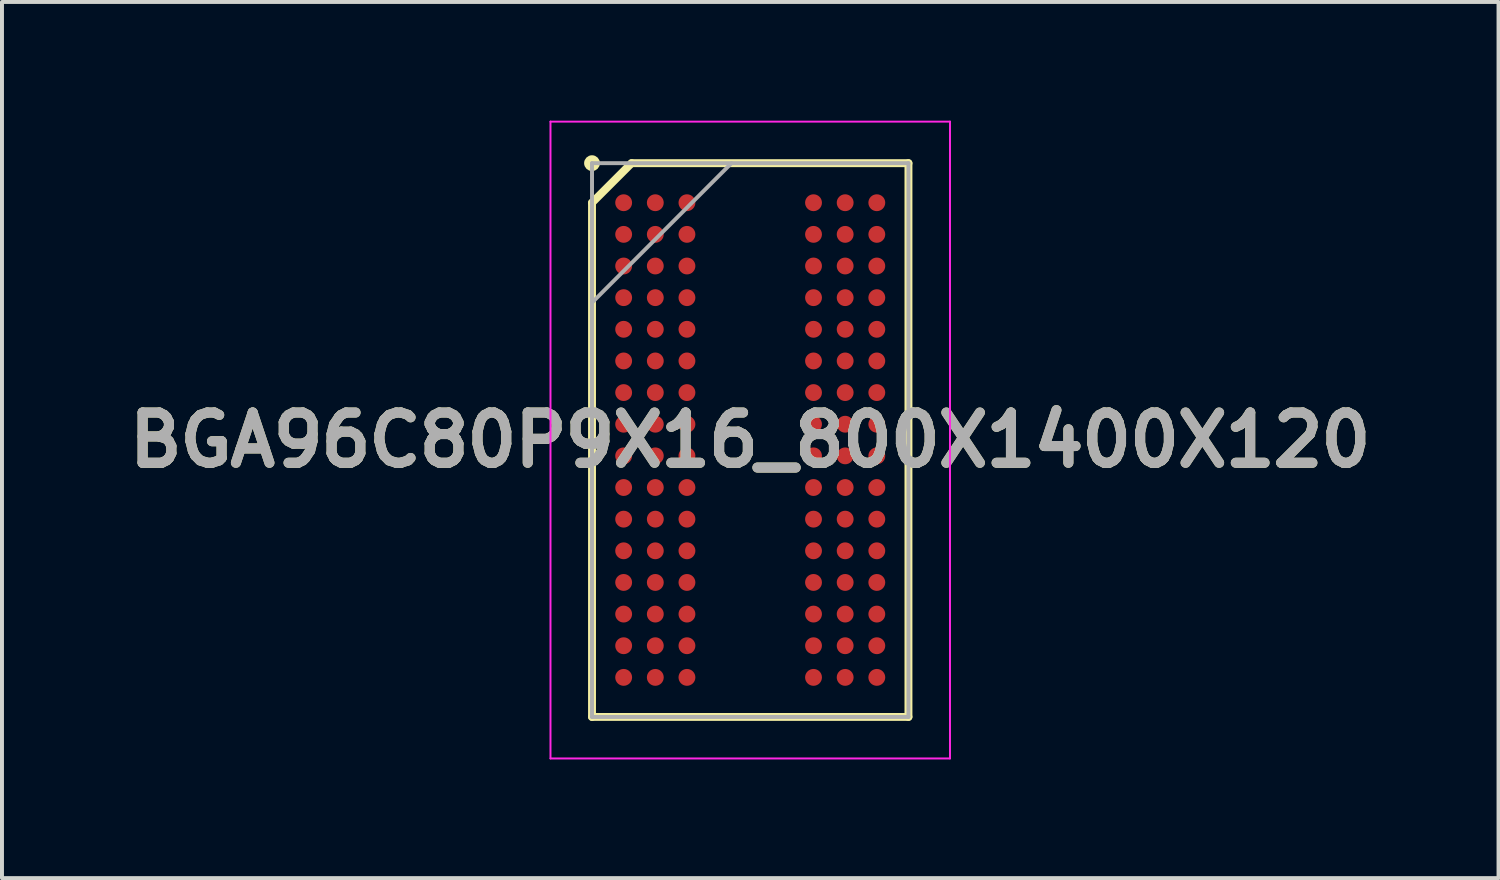
<source format=kicad_pcb>
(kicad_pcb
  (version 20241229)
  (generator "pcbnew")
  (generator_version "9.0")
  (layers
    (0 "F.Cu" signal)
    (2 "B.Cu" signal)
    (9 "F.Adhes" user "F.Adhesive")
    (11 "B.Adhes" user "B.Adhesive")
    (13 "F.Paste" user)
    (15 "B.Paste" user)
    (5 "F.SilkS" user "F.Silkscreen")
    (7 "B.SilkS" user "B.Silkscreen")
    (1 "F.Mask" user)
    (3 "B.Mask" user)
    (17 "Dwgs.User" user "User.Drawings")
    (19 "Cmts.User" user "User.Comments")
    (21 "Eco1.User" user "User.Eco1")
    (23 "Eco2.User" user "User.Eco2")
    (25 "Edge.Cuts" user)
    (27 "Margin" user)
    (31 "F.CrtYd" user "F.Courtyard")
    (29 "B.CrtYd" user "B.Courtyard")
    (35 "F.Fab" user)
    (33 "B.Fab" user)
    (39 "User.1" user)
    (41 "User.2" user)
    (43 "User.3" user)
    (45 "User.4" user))
  (footprint "BGA96C80P9X16_800X1400X120"
    (layer "F.Cu")
    (at 15.917 8.075)
    (property "Reference" "BGA96C80P9X16_800X1400X120" (at 0 0 0) (layer "F.SilkS") (effects (font (size 1.27 1.27) (thickness 0.254))))
    (attr smd)
    (fp_line (start -4 -6) (end -3 -7) (stroke (width 0.2) (type solid)) (layer "F.SilkS"))
    (fp_line (start -4 7) (end -4 -6) (stroke (width 0.2) (type solid)) (layer "F.SilkS"))
    (fp_line (start -3 -7) (end 4 -7) (stroke (width 0.2) (type solid)) (layer "F.SilkS"))
    (fp_line (start 4 -7) (end 4 7) (stroke (width 0.2) (type solid)) (layer "F.SilkS"))
    (fp_line (start 4 7) (end -4 7) (stroke (width 0.2) (type solid)) (layer "F.SilkS"))
    (fp_circle (center -4 -7) (end -4 -6.9) (stroke (width 0.2) (type solid)) (fill no) (layer "F.SilkS"))
    (fp_line (start -5.05 -8.05) (end 5.05 -8.05) (stroke (width 0.05) (type solid)) (layer "F.CrtYd"))
    (fp_line (start -5.05 8.05) (end -5.05 -8.05) (stroke (width 0.05) (type solid)) (layer "F.CrtYd"))
    (fp_line (start 5.05 -8.05) (end 5.05 8.05) (stroke (width 0.05) (type solid)) (layer "F.CrtYd"))
    (fp_line (start 5.05 8.05) (end -5.05 8.05) (stroke (width 0.05) (type solid)) (layer "F.CrtYd"))
    (fp_line (start -4 -7) (end 4 -7) (stroke (width 0.1) (type solid)) (layer "F.Fab"))
    (fp_line (start -4 -3.475) (end -0.475 -7) (stroke (width 0.1) (type solid)) (layer "F.Fab"))
    (fp_line (start -4 7) (end -4 -7) (stroke (width 0.1) (type solid)) (layer "F.Fab"))
    (fp_line (start 4 -7) (end 4 7) (stroke (width 0.1) (type solid)) (layer "F.Fab"))
    (fp_line (start 4 7) (end -4 7) (stroke (width 0.1) (type solid)) (layer "F.Fab"))
    (fp_text user "${REFERENCE}" (at 0 0 0) (layer "F.Fab") (effects (font (size 1.27 1.27) (thickness 0.254))))
    (pad "A1" smd circle (at -3.2 -6 90) (size 0.426 0.426) (layers "F.Cu" "F.Mask" "F.Paste"))
    (pad "A2" smd circle (at -2.4 -6 90) (size 0.426 0.426) (layers "F.Cu" "F.Mask" "F.Paste"))
    (pad "A3" smd circle (at -1.6 -6 90) (size 0.426 0.426) (layers "F.Cu" "F.Mask" "F.Paste"))
    (pad "A7" smd circle (at 1.6 -6 90) (size 0.426 0.426) (layers "F.Cu" "F.Mask" "F.Paste"))
    (pad "A8" smd circle (at 2.4 -6 90) (size 0.426 0.426) (layers "F.Cu" "F.Mask" "F.Paste"))
    (pad "A9" smd circle (at 3.2 -6 90) (size 0.426 0.426) (layers "F.Cu" "F.Mask" "F.Paste"))
    (pad "B1" smd circle (at -3.2 -5.2 90) (size 0.426 0.426) (layers "F.Cu" "F.Mask" "F.Paste"))
    (pad "B2" smd circle (at -2.4 -5.2 90) (size 0.426 0.426) (layers "F.Cu" "F.Mask" "F.Paste"))
    (pad "B3" smd circle (at -1.6 -5.2 90) (size 0.426 0.426) (layers "F.Cu" "F.Mask" "F.Paste"))
    (pad "B7" smd circle (at 1.6 -5.2 90) (size 0.426 0.426) (layers "F.Cu" "F.Mask" "F.Paste"))
    (pad "B8" smd circle (at 2.4 -5.2 90) (size 0.426 0.426) (layers "F.Cu" "F.Mask" "F.Paste"))
    (pad "B9" smd circle (at 3.2 -5.2 90) (size 0.426 0.426) (layers "F.Cu" "F.Mask" "F.Paste"))
    (pad "C1" smd circle (at -3.2 -4.4 90) (size 0.426 0.426) (layers "F.Cu" "F.Mask" "F.Paste"))
    (pad "C2" smd circle (at -2.4 -4.4 90) (size 0.426 0.426) (layers "F.Cu" "F.Mask" "F.Paste"))
    (pad "C3" smd circle (at -1.6 -4.4 90) (size 0.426 0.426) (layers "F.Cu" "F.Mask" "F.Paste"))
    (pad "C7" smd circle (at 1.6 -4.4 90) (size 0.426 0.426) (layers "F.Cu" "F.Mask" "F.Paste"))
    (pad "C8" smd circle (at 2.4 -4.4 90) (size 0.426 0.426) (layers "F.Cu" "F.Mask" "F.Paste"))
    (pad "C9" smd circle (at 3.2 -4.4 90) (size 0.426 0.426) (layers "F.Cu" "F.Mask" "F.Paste"))
    (pad "D1" smd circle (at -3.2 -3.6 90) (size 0.426 0.426) (layers "F.Cu" "F.Mask" "F.Paste"))
    (pad "D2" smd circle (at -2.4 -3.6 90) (size 0.426 0.426) (layers "F.Cu" "F.Mask" "F.Paste"))
    (pad "D3" smd circle (at -1.6 -3.6 90) (size 0.426 0.426) (layers "F.Cu" "F.Mask" "F.Paste"))
    (pad "D7" smd circle (at 1.6 -3.6 90) (size 0.426 0.426) (layers "F.Cu" "F.Mask" "F.Paste"))
    (pad "D8" smd circle (at 2.4 -3.6 90) (size 0.426 0.426) (layers "F.Cu" "F.Mask" "F.Paste"))
    (pad "D9" smd circle (at 3.2 -3.6 90) (size 0.426 0.426) (layers "F.Cu" "F.Mask" "F.Paste"))
    (pad "E1" smd circle (at -3.2 -2.8 90) (size 0.426 0.426) (layers "F.Cu" "F.Mask" "F.Paste"))
    (pad "E2" smd circle (at -2.4 -2.8 90) (size 0.426 0.426) (layers "F.Cu" "F.Mask" "F.Paste"))
    (pad "E3" smd circle (at -1.6 -2.8 90) (size 0.426 0.426) (layers "F.Cu" "F.Mask" "F.Paste"))
    (pad "E7" smd circle (at 1.6 -2.8 90) (size 0.426 0.426) (layers "F.Cu" "F.Mask" "F.Paste"))
    (pad "E8" smd circle (at 2.4 -2.8 90) (size 0.426 0.426) (layers "F.Cu" "F.Mask" "F.Paste"))
    (pad "E9" smd circle (at 3.2 -2.8 90) (size 0.426 0.426) (layers "F.Cu" "F.Mask" "F.Paste"))
    (pad "F1" smd circle (at -3.2 -2 90) (size 0.426 0.426) (layers "F.Cu" "F.Mask" "F.Paste"))
    (pad "F2" smd circle (at -2.4 -2 90) (size 0.426 0.426) (layers "F.Cu" "F.Mask" "F.Paste"))
    (pad "F3" smd circle (at -1.6 -2 90) (size 0.426 0.426) (layers "F.Cu" "F.Mask" "F.Paste"))
    (pad "F7" smd circle (at 1.6 -2 90) (size 0.426 0.426) (layers "F.Cu" "F.Mask" "F.Paste"))
    (pad "F8" smd circle (at 2.4 -2 90) (size 0.426 0.426) (layers "F.Cu" "F.Mask" "F.Paste"))
    (pad "F9" smd circle (at 3.2 -2 90) (size 0.426 0.426) (layers "F.Cu" "F.Mask" "F.Paste"))
    (pad "G1" smd circle (at -3.2 -1.2 90) (size 0.426 0.426) (layers "F.Cu" "F.Mask" "F.Paste"))
    (pad "G2" smd circle (at -2.4 -1.2 90) (size 0.426 0.426) (layers "F.Cu" "F.Mask" "F.Paste"))
    (pad "G3" smd circle (at -1.6 -1.2 90) (size 0.426 0.426) (layers "F.Cu" "F.Mask" "F.Paste"))
    (pad "G7" smd circle (at 1.6 -1.2 90) (size 0.426 0.426) (layers "F.Cu" "F.Mask" "F.Paste"))
    (pad "G8" smd circle (at 2.4 -1.2 90) (size 0.426 0.426) (layers "F.Cu" "F.Mask" "F.Paste"))
    (pad "G9" smd circle (at 3.2 -1.2 90) (size 0.426 0.426) (layers "F.Cu" "F.Mask" "F.Paste"))
    (pad "H1" smd circle (at -3.2 -0.4 90) (size 0.426 0.426) (layers "F.Cu" "F.Mask" "F.Paste"))
    (pad "H2" smd circle (at -2.4 -0.4 90) (size 0.426 0.426) (layers "F.Cu" "F.Mask" "F.Paste"))
    (pad "H3" smd circle (at -1.6 -0.4 90) (size 0.426 0.426) (layers "F.Cu" "F.Mask" "F.Paste"))
    (pad "H7" smd circle (at 1.6 -0.4 90) (size 0.426 0.426) (layers "F.Cu" "F.Mask" "F.Paste"))
    (pad "H8" smd circle (at 2.4 -0.4 90) (size 0.426 0.426) (layers "F.Cu" "F.Mask" "F.Paste"))
    (pad "H9" smd circle (at 3.2 -0.4 90) (size 0.426 0.426) (layers "F.Cu" "F.Mask" "F.Paste"))
    (pad "J1" smd circle (at -3.2 0.4 90) (size 0.426 0.426) (layers "F.Cu" "F.Mask" "F.Paste"))
    (pad "J2" smd circle (at -2.4 0.4 90) (size 0.426 0.426) (layers "F.Cu" "F.Mask" "F.Paste"))
    (pad "J3" smd circle (at -1.6 0.4 90) (size 0.426 0.426) (layers "F.Cu" "F.Mask" "F.Paste"))
    (pad "J7" smd circle (at 1.6 0.4 90) (size 0.426 0.426) (layers "F.Cu" "F.Mask" "F.Paste"))
    (pad "J8" smd circle (at 2.4 0.4 90) (size 0.426 0.426) (layers "F.Cu" "F.Mask" "F.Paste"))
    (pad "J9" smd circle (at 3.2 0.4 90) (size 0.426 0.426) (layers "F.Cu" "F.Mask" "F.Paste"))
    (pad "K1" smd circle (at -3.2 1.2 90) (size 0.426 0.426) (layers "F.Cu" "F.Mask" "F.Paste"))
    (pad "K2" smd circle (at -2.4 1.2 90) (size 0.426 0.426) (layers "F.Cu" "F.Mask" "F.Paste"))
    (pad "K3" smd circle (at -1.6 1.2 90) (size 0.426 0.426) (layers "F.Cu" "F.Mask" "F.Paste"))
    (pad "K7" smd circle (at 1.6 1.2 90) (size 0.426 0.426) (layers "F.Cu" "F.Mask" "F.Paste"))
    (pad "K8" smd circle (at 2.4 1.2 90) (size 0.426 0.426) (layers "F.Cu" "F.Mask" "F.Paste"))
    (pad "K9" smd circle (at 3.2 1.2 90) (size 0.426 0.426) (layers "F.Cu" "F.Mask" "F.Paste"))
    (pad "L1" smd circle (at -3.2 2 90) (size 0.426 0.426) (layers "F.Cu" "F.Mask" "F.Paste"))
    (pad "L2" smd circle (at -2.4 2 90) (size 0.426 0.426) (layers "F.Cu" "F.Mask" "F.Paste"))
    (pad "L3" smd circle (at -1.6 2 90) (size 0.426 0.426) (layers "F.Cu" "F.Mask" "F.Paste"))
    (pad "L7" smd circle (at 1.6 2 90) (size 0.426 0.426) (layers "F.Cu" "F.Mask" "F.Paste"))
    (pad "L8" smd circle (at 2.4 2 90) (size 0.426 0.426) (layers "F.Cu" "F.Mask" "F.Paste"))
    (pad "L9" smd circle (at 3.2 2 90) (size 0.426 0.426) (layers "F.Cu" "F.Mask" "F.Paste"))
    (pad "M1" smd circle (at -3.2 2.8 90) (size 0.426 0.426) (layers "F.Cu" "F.Mask" "F.Paste"))
    (pad "M2" smd circle (at -2.4 2.8 90) (size 0.426 0.426) (layers "F.Cu" "F.Mask" "F.Paste"))
    (pad "M3" smd circle (at -1.6 2.8 90) (size 0.426 0.426) (layers "F.Cu" "F.Mask" "F.Paste"))
    (pad "M7" smd circle (at 1.6 2.8 90) (size 0.426 0.426) (layers "F.Cu" "F.Mask" "F.Paste"))
    (pad "M8" smd circle (at 2.4 2.8 90) (size 0.426 0.426) (layers "F.Cu" "F.Mask" "F.Paste"))
    (pad "M9" smd circle (at 3.2 2.8 90) (size 0.426 0.426) (layers "F.Cu" "F.Mask" "F.Paste"))
    (pad "N1" smd circle (at -3.2 3.6 90) (size 0.426 0.426) (layers "F.Cu" "F.Mask" "F.Paste"))
    (pad "N2" smd circle (at -2.4 3.6 90) (size 0.426 0.426) (layers "F.Cu" "F.Mask" "F.Paste"))
    (pad "N3" smd circle (at -1.6 3.6 90) (size 0.426 0.426) (layers "F.Cu" "F.Mask" "F.Paste"))
    (pad "N7" smd circle (at 1.6 3.6 90) (size 0.426 0.426) (layers "F.Cu" "F.Mask" "F.Paste"))
    (pad "N8" smd circle (at 2.4 3.6 90) (size 0.426 0.426) (layers "F.Cu" "F.Mask" "F.Paste"))
    (pad "N9" smd circle (at 3.2 3.6 90) (size 0.426 0.426) (layers "F.Cu" "F.Mask" "F.Paste"))
    (pad "P1" smd circle (at -3.2 4.4 90) (size 0.426 0.426) (layers "F.Cu" "F.Mask" "F.Paste"))
    (pad "P2" smd circle (at -2.4 4.4 90) (size 0.426 0.426) (layers "F.Cu" "F.Mask" "F.Paste"))
    (pad "P3" smd circle (at -1.6 4.4 90) (size 0.426 0.426) (layers "F.Cu" "F.Mask" "F.Paste"))
    (pad "P7" smd circle (at 1.6 4.4 90) (size 0.426 0.426) (layers "F.Cu" "F.Mask" "F.Paste"))
    (pad "P8" smd circle (at 2.4 4.4 90) (size 0.426 0.426) (layers "F.Cu" "F.Mask" "F.Paste"))
    (pad "P9" smd circle (at 3.2 4.4 90) (size 0.426 0.426) (layers "F.Cu" "F.Mask" "F.Paste"))
    (pad "R1" smd circle (at -3.2 5.2 90) (size 0.426 0.426) (layers "F.Cu" "F.Mask" "F.Paste"))
    (pad "R2" smd circle (at -2.4 5.2 90) (size 0.426 0.426) (layers "F.Cu" "F.Mask" "F.Paste"))
    (pad "R3" smd circle (at -1.6 5.2 90) (size 0.426 0.426) (layers "F.Cu" "F.Mask" "F.Paste"))
    (pad "R7" smd circle (at 1.6 5.2 90) (size 0.426 0.426) (layers "F.Cu" "F.Mask" "F.Paste"))
    (pad "R8" smd circle (at 2.4 5.2 90) (size 0.426 0.426) (layers "F.Cu" "F.Mask" "F.Paste"))
    (pad "R9" smd circle (at 3.2 5.2 90) (size 0.426 0.426) (layers "F.Cu" "F.Mask" "F.Paste"))
    (pad "T1" smd circle (at -3.2 6 90) (size 0.426 0.426) (layers "F.Cu" "F.Mask" "F.Paste"))
    (pad "T2" smd circle (at -2.4 6 90) (size 0.426 0.426) (layers "F.Cu" "F.Mask" "F.Paste"))
    (pad "T3" smd circle (at -1.6 6 90) (size 0.426 0.426) (layers "F.Cu" "F.Mask" "F.Paste"))
    (pad "T7" smd circle (at 1.6 6 90) (size 0.426 0.426) (layers "F.Cu" "F.Mask" "F.Paste"))
    (pad "T8" smd circle (at 2.4 6 90) (size 0.426 0.426) (layers "F.Cu" "F.Mask" "F.Paste"))
    (pad "T9" smd circle (at 3.2 6 90) (size 0.426 0.426) (layers "F.Cu" "F.Mask" "F.Paste")))
  (gr_rect
    (start -3 -3)
    (end 34.835 19.15)
    (stroke (width 0.1) (type default))
    (fill no)
    (layer "Edge.Cuts")))
</source>
